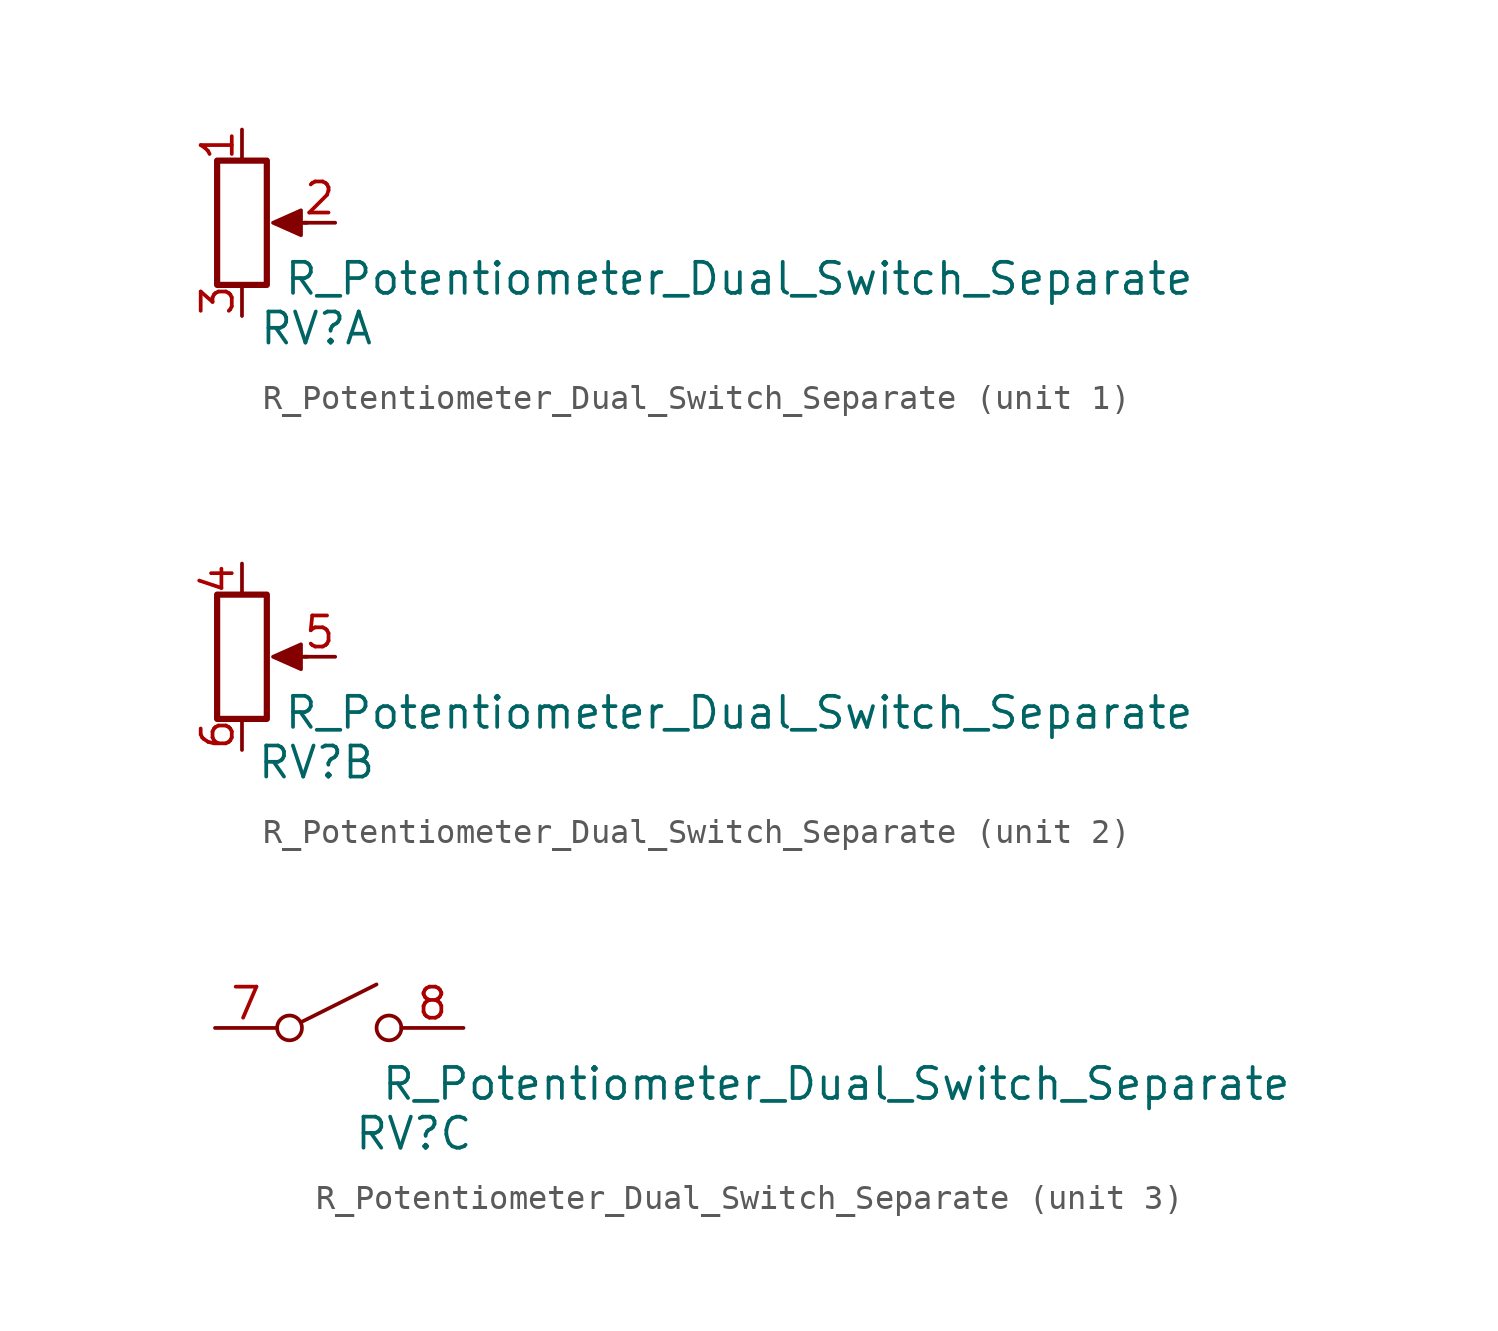
<source format=kicad_sym>
(kicad_symbol_lib
  (version 20220914)
  (generator kicad_symbol_editor)
  (symbol "R_Potentiometer_Dual_Switch_Separate"
    (pin_names
      (offset 1.016) hide)
    (property "Reference" "RV"
      (at 3.048 -4.318 0)
      (effects (font (size 1.27 1.27))))
    (property "Value" "R_Potentiometer_Dual_Switch_Separate"
      (at 20.32 -2.286 0)
      (effects (font (size 1.27 1.27))))
    (symbol "R_Potentiometer_Dual_Switch_Separate_1_1"
      (rectangle (start -1.016 2.54) (end 1.016 -2.54) (stroke (width 0.254) (type default)) (fill (type none)))
      (polyline (pts (xy 2.667 0) (xy 1.651 0)) (stroke (width 0) (type default)) (fill (type none)))
      (polyline (pts (xy 1.27 0) (xy 2.413 0.508) (xy 2.413 -0.508) (xy 1.27 0)) (stroke (width 0) (type default)) (fill (type outline)))
      (pin passive line (at 0 3.81 270) (length 1.27) (name "1" (effects (font (size 1.27 1.27)))) (number "1" (effects (font (size 1.27 1.27)))))
      (pin passive line (at 3.81 0 180) (length 1.27) (name "2" (effects (font (size 1.27 1.27)))) (number "2" (effects (font (size 1.27 1.27)))))
      (pin passive line (at 0 -3.81 90) (length 1.27) (name "3" (effects (font (size 1.27 1.27)))) (number "3" (effects (font (size 1.27 1.27))))))
    (symbol "R_Potentiometer_Dual_Switch_Separate_2_1"
      (rectangle (start -1.016 2.54) (end 1.016 -2.54) (stroke (width 0.254) (type default)) (fill (type none)))
      (polyline (pts (xy 2.667 0) (xy 1.651 0)) (stroke (width 0) (type default)) (fill (type none)))
      (polyline (pts (xy 1.27 0) (xy 2.413 0.508) (xy 2.413 -0.508) (xy 1.27 0)) (stroke (width 0) (type default)) (fill (type outline)))
      (pin passive line (at 0 3.81 270) (length 1.27) (name "4" (effects (font (size 1.27 1.27)))) (number "4" (effects (font (size 1.27 1.27)))))
      (pin passive line (at 3.81 0 180) (length 1.27) (name "5" (effects (font (size 1.27 1.27)))) (number "5" (effects (font (size 1.27 1.27)))))
      (pin passive line (at 0 -3.81 90) (length 1.27) (name "6" (effects (font (size 1.27 1.27)))) (number "6" (effects (font (size 1.27 1.27))))))
    (symbol "R_Potentiometer_Dual_Switch_Separate_3_0"
      (circle (center -2.032 0) (radius 0.508) (stroke (width 0) (type default)) (fill (type none)))
      (polyline (pts (xy -1.524 0.254) (xy 1.524 1.778)) (stroke (width 0) (type default)) (fill (type none)))
      (circle (center 2.032 0) (radius 0.508) (stroke (width 0) (type default)) (fill (type none))))
    (symbol "R_Potentiometer_Dual_Switch_Separate_3_1"
      (pin passive line (at -5.08 0 0) (length 2.54) (name "A" (effects (font (size 1.27 1.27)))) (number "7" (effects (font (size 1.27 1.27)))))
      (pin passive line (at 5.08 0 180) (length 2.54) (name "B" (effects (font (size 1.27 1.27)))) (number "8" (effects (font (size 1.27 1.27))))))))
</source>
